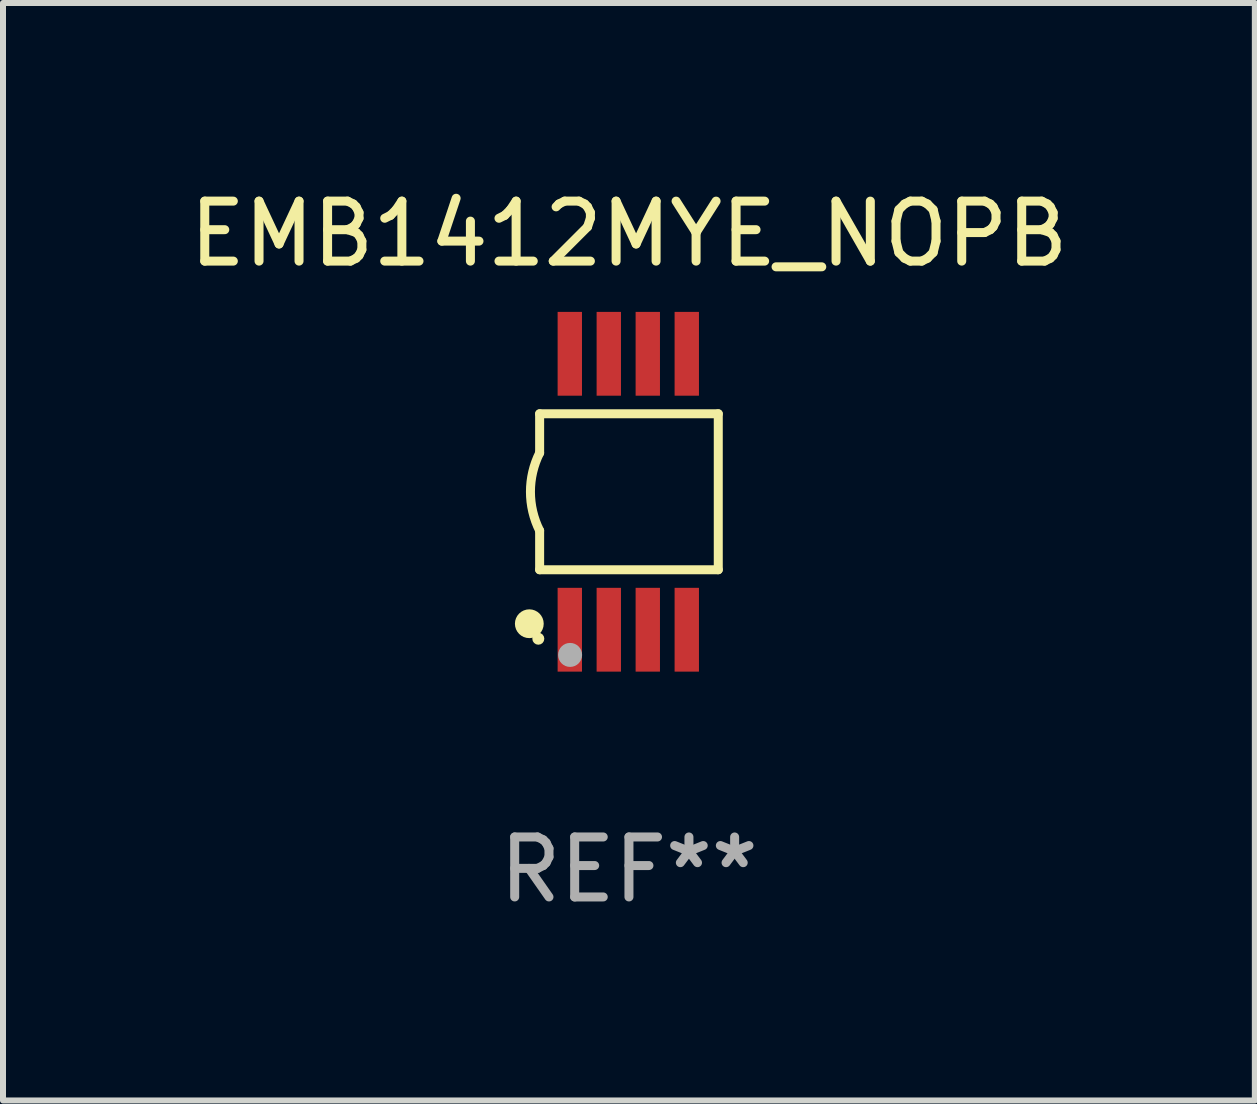
<source format=kicad_pcb>
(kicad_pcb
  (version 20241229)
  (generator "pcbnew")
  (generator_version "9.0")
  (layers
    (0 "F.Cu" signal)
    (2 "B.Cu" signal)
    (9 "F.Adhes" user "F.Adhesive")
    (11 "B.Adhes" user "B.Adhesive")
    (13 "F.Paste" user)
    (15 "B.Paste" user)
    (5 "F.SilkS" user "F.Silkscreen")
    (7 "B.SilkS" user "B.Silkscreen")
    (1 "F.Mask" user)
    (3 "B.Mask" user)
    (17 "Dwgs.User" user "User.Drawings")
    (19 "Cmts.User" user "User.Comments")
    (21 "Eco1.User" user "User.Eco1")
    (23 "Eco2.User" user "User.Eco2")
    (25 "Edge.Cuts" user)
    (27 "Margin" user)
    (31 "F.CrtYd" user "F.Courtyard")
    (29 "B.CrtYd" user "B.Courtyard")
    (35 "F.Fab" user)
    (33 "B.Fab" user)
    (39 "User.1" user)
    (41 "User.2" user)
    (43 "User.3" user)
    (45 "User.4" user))
  (footprint "EMB1412MYE_NOPB"
    (layer "F.Cu")
    (at 7.435 5.148)
    (property "Reference" "EMB1412MYE_NOPB" (at 0 -4.3 0) (layer "F.SilkS") (effects (font (size 1 1) (thickness 0.15))))
    (attr through_hole)
    (fp_line (start -1.489 -1.3) (end -1.489 -0.648) (stroke (width 0.15) (type solid)) (layer "F.SilkS"))
    (fp_line (start -1.489 0.648) (end -1.489 1.3) (stroke (width 0.15) (type solid)) (layer "F.SilkS"))
    (fp_line (start -1.489 1.3) (end 1.489 1.3) (stroke (width 0.15) (type solid)) (layer "F.SilkS"))
    (fp_line (start 1.489 -1.3) (end -1.489 -1.3) (stroke (width 0.15) (type solid)) (layer "F.SilkS"))
    (fp_line (start 1.489 1.3) (end 1.489 -1.3) (stroke (width 0.15) (type solid)) (layer "F.SilkS"))
    (fp_arc (start -1.489205 0.647702) (mid -1.642107 0) (end -1.489205 -0.647701) (stroke (width 0.150013) (type solid)) (layer "F.SilkS"))
    (fp_circle (center -1.661 2.2) (end -1.541 2.2) (stroke (width 0.24) (type solid)) (fill no) (layer "F.SilkS"))
    (fp_circle (center -1.511 2.45) (end -1.461 2.45) (stroke (width 0.1) (type solid)) (fill no) (layer "F.SilkS"))
    (fp_circle (center -0.981 2.72) (end -0.881 2.72) (stroke (width 0.2) (type solid)) (fill no) (layer "F.Fab"))
    (fp_text user "REF**" (at 0 6.3 0) (layer "F.Fab") (effects (font (size 1 1) (thickness 0.15))))
    (pad "1" smd rect (at -0.986 2.3) (size 0.406 1.397) (layers "F.Cu" "F.Mask" "F.Paste"))
    (pad "2" smd rect (at -0.336 2.3) (size 0.406 1.397) (layers "F.Cu" "F.Mask" "F.Paste"))
    (pad "3" smd rect (at 0.314 2.3) (size 0.406 1.397) (layers "F.Cu" "F.Mask" "F.Paste"))
    (pad "4" smd rect (at 0.964 2.3) (size 0.406 1.397) (layers "F.Cu" "F.Mask" "F.Paste"))
    (pad "5" smd rect (at 0.964 -2.3) (size 0.406 1.397) (layers "F.Cu" "F.Mask" "F.Paste"))
    (pad "6" smd rect (at 0.314 -2.3) (size 0.406 1.397) (layers "F.Cu" "F.Mask" "F.Paste"))
    (pad "7" smd rect (at -0.336 -2.3) (size 0.406 1.397) (layers "F.Cu" "F.Mask" "F.Paste"))
    (pad "8" smd rect (at -0.986 -2.3) (size 0.406 1.397) (layers "F.Cu" "F.Mask" "F.Paste")))
  (gr_rect
    (start -3 -3)
    (end 17.869 15.296)
    (stroke (width 0.1) (type default))
    (fill no)
    (layer "Edge.Cuts")))
</source>
